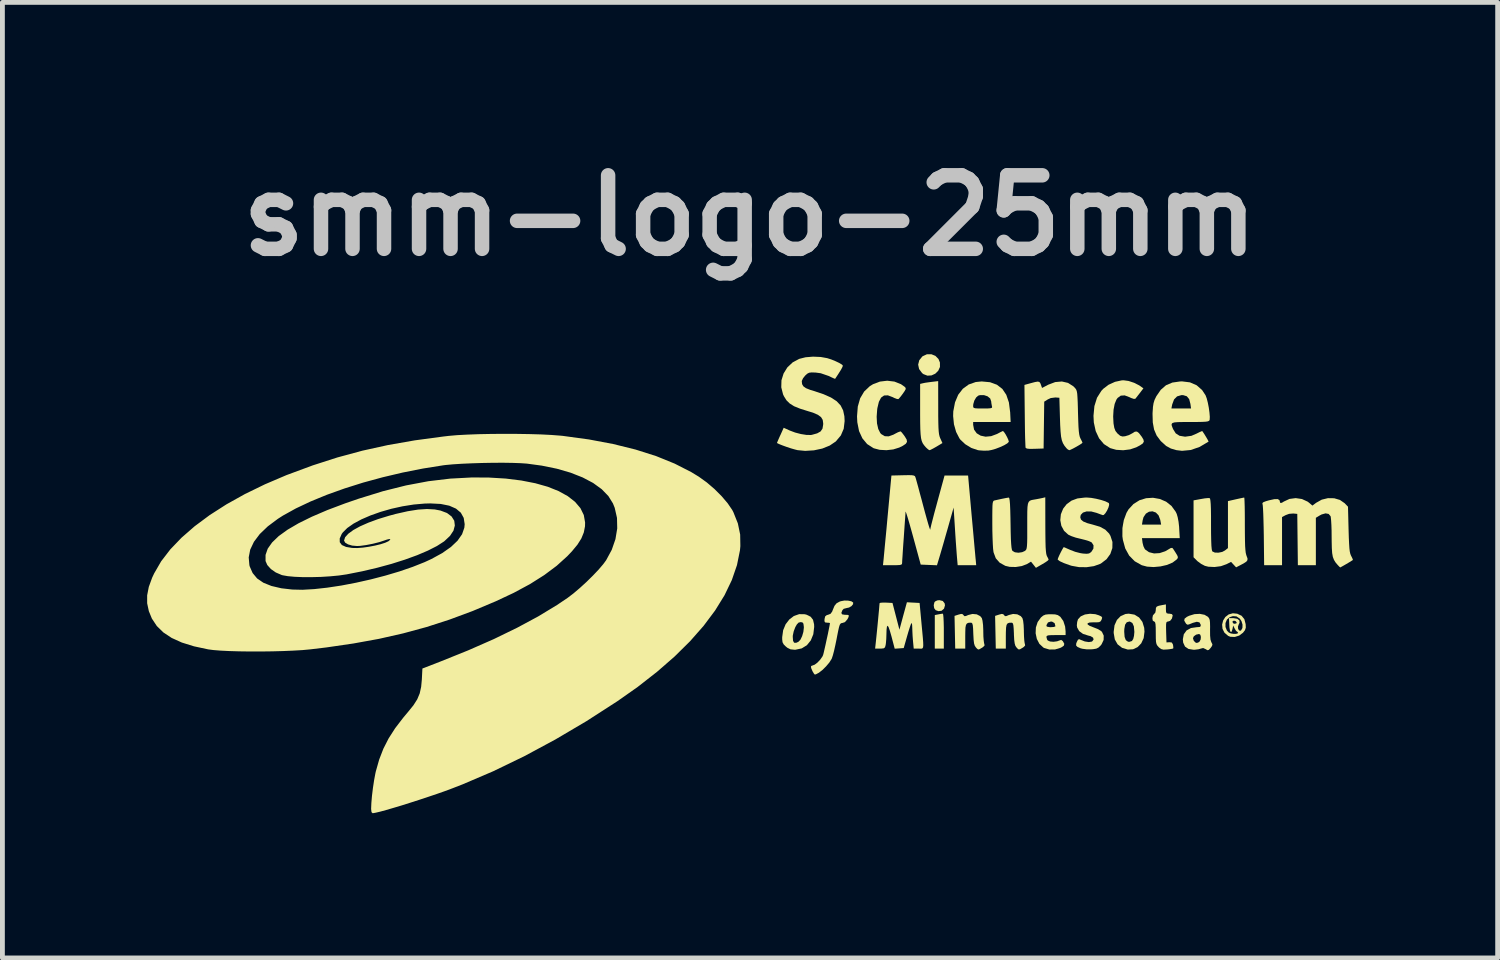
<source format=kicad_pcb>
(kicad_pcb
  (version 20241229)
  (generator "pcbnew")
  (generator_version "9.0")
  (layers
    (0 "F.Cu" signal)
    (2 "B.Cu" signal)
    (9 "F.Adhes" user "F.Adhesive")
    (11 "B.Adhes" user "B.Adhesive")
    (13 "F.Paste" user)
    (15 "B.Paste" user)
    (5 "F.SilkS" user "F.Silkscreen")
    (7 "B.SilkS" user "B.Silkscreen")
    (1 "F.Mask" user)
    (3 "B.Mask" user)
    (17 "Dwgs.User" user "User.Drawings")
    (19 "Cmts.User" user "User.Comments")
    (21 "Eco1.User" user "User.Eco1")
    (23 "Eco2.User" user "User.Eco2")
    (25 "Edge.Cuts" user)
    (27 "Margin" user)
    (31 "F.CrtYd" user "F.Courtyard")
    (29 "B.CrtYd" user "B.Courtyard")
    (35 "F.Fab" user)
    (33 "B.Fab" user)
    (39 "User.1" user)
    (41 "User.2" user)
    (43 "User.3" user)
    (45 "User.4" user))
  (footprint "smm-logo-25mm"
    (layer "F.Cu")
    (at 12.493 9.038)
    (property "Reference" "smm-logo-25mm" (at 0 -7.62 0) (layer "Dwgs.User") (effects (font (size 1.524 1.524) (thickness 0.3))))
    (attr board_only exclude_from_pos_files exclude_from_bom)
    (fp_poly (pts (xy 4.006 0.653) (xy 4.012 0.714) (xy 4.016 0.805) (xy 4.019 0.92) (xy 4.019 0.993) (xy 4.019 1.355) (xy 3.832 1.355) (xy 3.832 0.66) (xy 3.905 0.646) (xy 3.963 0.635) (xy 3.998 0.631) (xy 3.999 0.631)) (stroke (width 0) (type solid)) (fill yes) (layer "F.SilkS"))
    (fp_poly (pts (xy 3.997 0.368) (xy 4.036 0.417) (xy 4.043 0.459) (xy 4.023 0.527) (xy 3.974 0.57) (xy 3.908 0.579) (xy 3.85 0.559) (xy 3.819 0.518) (xy 3.81 0.456) (xy 3.823 0.398) (xy 3.837 0.379) (xy 3.881 0.357) (xy 3.926 0.351)) (stroke (width 0) (type solid)) (fill yes) (layer "F.SilkS"))
    (fp_poly (pts (xy 3.845 -4.712) (xy 3.909 -4.646) (xy 3.938 -4.575) (xy 3.939 -4.482) (xy 3.903 -4.403) (xy 3.842 -4.343) (xy 3.764 -4.307) (xy 3.679 -4.302) (xy 3.596 -4.334) (xy 3.568 -4.356) (xy 3.506 -4.44) (xy 3.487 -4.531) (xy 3.51 -4.621) (xy 3.573 -4.699) (xy 3.583 -4.706) (xy 3.67 -4.746) (xy 3.761 -4.746)) (stroke (width 0) (type solid)) (fill yes) (layer "F.SilkS"))
    (fp_poly (pts (xy 3.903 -3.643) (xy 3.903 -3.465) (xy 3.905 -3.327) (xy 3.908 -3.222) (xy 3.913 -3.145) (xy 3.92 -3.088) (xy 3.93 -3.045) (xy 3.943 -3.008) (xy 3.947 -3.001) (xy 3.99 -2.905) (xy 3.867 -2.831) (xy 3.798 -2.792) (xy 3.745 -2.765) (xy 3.722 -2.757) (xy 3.694 -2.773) (xy 3.651 -2.812) (xy 3.642 -2.822) (xy 3.608 -2.862) (xy 3.581 -2.902) (xy 3.561 -2.949) (xy 3.547 -3.008) (xy 3.538 -3.086) (xy 3.532 -3.19) (xy 3.529 -3.326) (xy 3.528 -3.499) (xy 3.528 -3.574) (xy 3.528 -4.131) (xy 3.582 -4.144) (xy 3.635 -4.155) (xy 3.714 -4.166) (xy 3.769 -4.173) (xy 3.902 -4.189)) (stroke (width 0) (type solid)) (fill yes) (layer "F.SilkS"))
    (fp_poly (pts (xy 7.97 0.651) (xy 8.066 0.71) (xy 8.135 0.802) (xy 8.172 0.923) (xy 8.178 1.005) (xy 8.161 1.138) (xy 8.111 1.246) (xy 8.036 1.324) (xy 7.941 1.369) (xy 7.832 1.375) (xy 7.716 1.34) (xy 7.712 1.338) (xy 7.621 1.267) (xy 7.563 1.165) (xy 7.54 1.032) (xy 7.54 1.008) (xy 7.54 1.005) (xy 7.758 1.005) (xy 7.766 1.113) (xy 7.791 1.18) (xy 7.836 1.212) (xy 7.864 1.215) (xy 7.918 1.198) (xy 7.945 1.155) (xy 7.961 1.091) (xy 7.968 1.013) (xy 7.968 1.005) (xy 7.958 0.894) (xy 7.927 0.824) (xy 7.876 0.795) (xy 7.864 0.794) (xy 7.81 0.81) (xy 7.776 0.86) (xy 7.76 0.949) (xy 7.758 1.005) (xy 7.54 1.005) (xy 7.557 0.872) (xy 7.607 0.761) (xy 7.684 0.682) (xy 7.784 0.638) (xy 7.852 0.631)) (stroke (width 0) (type solid)) (fill yes) (layer "F.SilkS"))
    (fp_poly (pts (xy 1.137 0.643) (xy 1.178 0.654) (xy 1.259 0.695) (xy 1.308 0.758) (xy 1.33 0.852) (xy 1.332 0.906) (xy 1.314 1.058) (xy 1.262 1.185) (xy 1.181 1.285) (xy 1.074 1.351) (xy 0.947 1.378) (xy 0.925 1.379) (xy 0.841 1.37) (xy 0.776 1.338) (xy 0.743 1.311) (xy 0.699 1.267) (xy 0.676 1.223) (xy 0.669 1.163) (xy 0.669 1.115) (xy 0.67 1.111) (xy 0.888 1.111) (xy 0.894 1.193) (xy 0.916 1.233) (xy 0.958 1.235) (xy 1.004 1.215) (xy 1.046 1.172) (xy 1.082 1.098) (xy 1.108 1.009) (xy 1.118 0.921) (xy 1.117 0.898) (xy 1.109 0.838) (xy 1.089 0.812) (xy 1.052 0.806) (xy 1.009 0.816) (xy 0.973 0.854) (xy 0.941 0.91) (xy 0.908 0.996) (xy 0.889 1.085) (xy 0.888 1.111) (xy 0.67 1.111) (xy 0.689 0.974) (xy 0.74 0.851) (xy 0.817 0.751) (xy 0.912 0.679) (xy 1.021 0.641)) (stroke (width 0) (type solid)) (fill yes) (layer "F.SilkS"))
    (fp_poly (pts (xy 4.411 0.643) (xy 4.425 0.66) (xy 4.445 0.682) (xy 4.474 0.681) (xy 4.525 0.659) (xy 4.613 0.637) (xy 4.701 0.645) (xy 4.773 0.682) (xy 4.807 0.724) (xy 4.821 0.778) (xy 4.832 0.866) (xy 4.837 0.977) (xy 4.837 1.005) (xy 4.839 1.105) (xy 4.846 1.19) (xy 4.854 1.246) (xy 4.859 1.261) (xy 4.863 1.292) (xy 4.828 1.326) (xy 4.811 1.337) (xy 4.76 1.367) (xy 4.732 1.374) (xy 4.708 1.357) (xy 4.683 1.33) (xy 4.661 1.297) (xy 4.646 1.249) (xy 4.637 1.176) (xy 4.631 1.068) (xy 4.63 1.049) (xy 4.626 0.943) (xy 4.62 0.875) (xy 4.61 0.837) (xy 4.596 0.821) (xy 4.58 0.818) (xy 4.531 0.82) (xy 4.498 0.834) (xy 4.478 0.865) (xy 4.467 0.922) (xy 4.464 1.013) (xy 4.463 1.101) (xy 4.463 1.355) (xy 4.255 1.355) (xy 4.248 1.016) (xy 4.241 0.677) (xy 4.322 0.651) (xy 4.379 0.636)) (stroke (width 0) (type solid)) (fill yes) (layer "F.SilkS"))
    (fp_poly (pts (xy 5.252 0.643) (xy 5.267 0.66) (xy 5.287 0.682) (xy 5.315 0.681) (xy 5.367 0.659) (xy 5.455 0.637) (xy 5.542 0.645) (xy 5.614 0.682) (xy 5.648 0.724) (xy 5.663 0.778) (xy 5.673 0.866) (xy 5.678 0.977) (xy 5.678 1.005) (xy 5.681 1.105) (xy 5.687 1.19) (xy 5.695 1.246) (xy 5.7 1.261) (xy 5.704 1.292) (xy 5.67 1.326) (xy 5.653 1.337) (xy 5.602 1.367) (xy 5.573 1.374) (xy 5.549 1.357) (xy 5.524 1.33) (xy 5.502 1.297) (xy 5.488 1.249) (xy 5.478 1.176) (xy 5.472 1.068) (xy 5.472 1.049) (xy 5.467 0.943) (xy 5.461 0.875) (xy 5.452 0.837) (xy 5.437 0.821) (xy 5.421 0.818) (xy 5.372 0.82) (xy 5.339 0.834) (xy 5.319 0.865) (xy 5.309 0.922) (xy 5.305 1.013) (xy 5.304 1.101) (xy 5.304 1.355) (xy 5.096 1.355) (xy 5.089 1.016) (xy 5.082 0.677) (xy 5.163 0.651) (xy 5.22 0.636)) (stroke (width 0) (type solid)) (fill yes) (layer "F.SilkS"))
    (fp_poly (pts (xy 8.622 0.535) (xy 8.625 0.596) (xy 8.639 0.623) (xy 8.675 0.631) (xy 8.693 0.631) (xy 8.747 0.641) (xy 8.763 0.667) (xy 8.747 0.732) (xy 8.709 0.78) (xy 8.667 0.794) (xy 8.646 0.798) (xy 8.632 0.813) (xy 8.626 0.849) (xy 8.625 0.914) (xy 8.627 1.011) (xy 8.634 1.227) (xy 8.696 1.223) (xy 8.744 1.229) (xy 8.766 1.266) (xy 8.77 1.281) (xy 8.776 1.33) (xy 8.773 1.353) (xy 8.746 1.36) (xy 8.689 1.369) (xy 8.648 1.373) (xy 8.573 1.377) (xy 8.525 1.365) (xy 8.482 1.334) (xy 8.472 1.324) (xy 8.445 1.294) (xy 8.427 1.261) (xy 8.417 1.216) (xy 8.413 1.147) (xy 8.412 1.044) (xy 8.412 1.029) (xy 8.411 0.92) (xy 8.407 0.85) (xy 8.398 0.811) (xy 8.385 0.796) (xy 8.377 0.794) (xy 8.349 0.774) (xy 8.342 0.724) (xy 8.353 0.666) (xy 8.377 0.639) (xy 8.403 0.608) (xy 8.412 0.56) (xy 8.415 0.512) (xy 8.433 0.484) (xy 8.476 0.467) (xy 8.535 0.455) (xy 8.622 0.439)) (stroke (width 0) (type solid)) (fill yes) (layer "F.SilkS"))
    (fp_poly (pts (xy 7.16 0.642) (xy 7.233 0.665) (xy 7.285 0.69) (xy 7.301 0.714) (xy 7.29 0.751) (xy 7.288 0.757) (xy 7.268 0.79) (xy 7.238 0.807) (xy 7.185 0.811) (xy 7.13 0.81) (xy 7.042 0.814) (xy 6.999 0.83) (xy 7 0.855) (xy 7.046 0.886) (xy 7.127 0.917) (xy 7.206 0.948) (xy 7.27 0.985) (xy 7.296 1.007) (xy 7.333 1.086) (xy 7.331 1.176) (xy 7.29 1.264) (xy 7.271 1.289) (xy 7.226 1.333) (xy 7.18 1.356) (xy 7.114 1.367) (xy 7.066 1.371) (xy 6.976 1.37) (xy 6.893 1.359) (xy 6.854 1.349) (xy 6.789 1.32) (xy 6.761 1.291) (xy 6.763 1.25) (xy 6.776 1.216) (xy 6.8 1.17) (xy 6.825 1.16) (xy 6.854 1.173) (xy 6.941 1.207) (xy 7.024 1.22) (xy 7.086 1.21) (xy 7.095 1.204) (xy 7.124 1.165) (xy 7.111 1.127) (xy 7.061 1.097) (xy 7.009 1.084) (xy 6.903 1.05) (xy 6.825 0.993) (xy 6.782 0.917) (xy 6.776 0.873) (xy 6.783 0.803) (xy 6.8 0.748) (xy 6.801 0.746) (xy 6.857 0.687) (xy 6.944 0.648) (xy 7.049 0.633)) (stroke (width 0) (type solid)) (fill yes) (layer "F.SilkS"))
    (fp_poly (pts (xy 2.995 -4.179) (xy 3.131 -4.125) (xy 3.206 -4.072) (xy 3.227 -4.049) (xy 3.229 -4.023) (xy 3.207 -3.983) (xy 3.172 -3.932) (xy 3.127 -3.872) (xy 3.091 -3.829) (xy 3.077 -3.816) (xy 3.047 -3.819) (xy 2.992 -3.84) (xy 2.958 -3.857) (xy 2.86 -3.894) (xy 2.781 -3.891) (xy 2.719 -3.847) (xy 2.673 -3.76) (xy 2.642 -3.63) (xy 2.638 -3.602) (xy 2.627 -3.451) (xy 2.634 -3.313) (xy 2.66 -3.197) (xy 2.702 -3.113) (xy 2.723 -3.09) (xy 2.796 -3.047) (xy 2.877 -3.044) (xy 2.974 -3.079) (xy 3.007 -3.097) (xy 3.069 -3.129) (xy 3.114 -3.145) (xy 3.128 -3.145) (xy 3.151 -3.12) (xy 3.19 -3.07) (xy 3.212 -3.039) (xy 3.249 -2.977) (xy 3.256 -2.929) (xy 3.23 -2.889) (xy 3.167 -2.847) (xy 3.096 -2.812) (xy 2.971 -2.773) (xy 2.829 -2.757) (xy 2.688 -2.765) (xy 2.567 -2.797) (xy 2.559 -2.801) (xy 2.43 -2.884) (xy 2.331 -3.003) (xy 2.262 -3.153) (xy 2.226 -3.335) (xy 2.22 -3.458) (xy 2.236 -3.662) (xy 2.285 -3.833) (xy 2.368 -3.973) (xy 2.484 -4.083) (xy 2.552 -4.125) (xy 2.695 -4.179) (xy 2.846 -4.197)) (stroke (width 0) (type solid)) (fill yes) (layer "F.SilkS"))
    (fp_poly (pts (xy 6.325 0.646) (xy 6.382 0.661) (xy 6.428 0.692) (xy 6.436 0.699) (xy 6.496 0.784) (xy 6.533 0.898) (xy 6.543 0.999) (xy 6.543 1.075) (xy 6.344 1.075) (xy 6.247 1.076) (xy 6.188 1.08) (xy 6.157 1.09) (xy 6.146 1.107) (xy 6.146 1.117) (xy 6.16 1.169) (xy 6.174 1.187) (xy 6.221 1.208) (xy 6.292 1.214) (xy 6.367 1.204) (xy 6.408 1.189) (xy 6.452 1.175) (xy 6.484 1.199) (xy 6.488 1.205) (xy 6.516 1.256) (xy 6.506 1.295) (xy 6.455 1.33) (xy 6.437 1.339) (xy 6.324 1.373) (xy 6.206 1.374) (xy 6.1 1.343) (xy 6.082 1.333) (xy 6 1.257) (xy 5.947 1.155) (xy 5.922 1.038) (xy 5.927 0.917) (xy 5.936 0.89) (xy 6.146 0.89) (xy 6.166 0.903) (xy 6.218 0.911) (xy 6.239 0.911) (xy 6.298 0.907) (xy 6.33 0.895) (xy 6.332 0.89) (xy 6.315 0.827) (xy 6.264 0.797) (xy 6.239 0.794) (xy 6.178 0.813) (xy 6.148 0.865) (xy 6.146 0.89) (xy 5.936 0.89) (xy 5.964 0.804) (xy 6.032 0.71) (xy 6.08 0.67) (xy 6.129 0.65) (xy 6.198 0.643) (xy 6.239 0.643)) (stroke (width 0) (type solid)) (fill yes) (layer "F.SilkS"))
    (fp_poly (pts (xy 10.249 -1.754) (xy 10.252 -1.691) (xy 10.255 -1.594) (xy 10.257 -1.47) (xy 10.258 -1.325) (xy 10.258 -1.214) (xy 10.259 -1.027) (xy 10.261 -0.881) (xy 10.264 -0.77) (xy 10.27 -0.687) (xy 10.277 -0.627) (xy 10.288 -0.584) (xy 10.294 -0.566) (xy 10.313 -0.515) (xy 10.312 -0.478) (xy 10.288 -0.446) (xy 10.232 -0.41) (xy 10.162 -0.373) (xy 10.077 -0.329) (xy 10.024 -0.386) (xy 9.972 -0.442) (xy 9.877 -0.394) (xy 9.762 -0.353) (xy 9.63 -0.336) (xy 9.502 -0.342) (xy 9.43 -0.36) (xy 9.352 -0.401) (xy 9.277 -0.456) (xy 9.267 -0.466) (xy 9.195 -0.538) (xy 9.195 -1.717) (xy 9.347 -1.745) (xy 9.429 -1.759) (xy 9.495 -1.765) (xy 9.528 -1.764) (xy 9.538 -1.749) (xy 9.545 -1.709) (xy 9.551 -1.64) (xy 9.555 -1.536) (xy 9.557 -1.395) (xy 9.557 -1.22) (xy 9.558 -1.03) (xy 9.561 -0.882) (xy 9.565 -0.775) (xy 9.572 -0.704) (xy 9.581 -0.666) (xy 9.585 -0.659) (xy 9.637 -0.635) (xy 9.712 -0.633) (xy 9.79 -0.649) (xy 9.846 -0.679) (xy 9.908 -0.728) (xy 9.908 -1.702) (xy 10.07 -1.739) (xy 10.152 -1.757) (xy 10.214 -1.77) (xy 10.245 -1.776) (xy 10.245 -1.776)) (stroke (width 0) (type solid)) (fill yes) (layer "F.SilkS"))
    (fp_poly (pts (xy 7.848 -4.192) (xy 7.963 -4.154) (xy 8.068 -4.101) (xy 8.087 -4.088) (xy 8.156 -4.039) (xy 8.081 -3.941) (xy 8.035 -3.882) (xy 8 -3.837) (xy 7.988 -3.823) (xy 7.958 -3.82) (xy 7.901 -3.839) (xy 7.868 -3.855) (xy 7.768 -3.893) (xy 7.687 -3.888) (xy 7.621 -3.84) (xy 7.596 -3.805) (xy 7.56 -3.716) (xy 7.537 -3.596) (xy 7.529 -3.457) (xy 7.536 -3.314) (xy 7.536 -3.313) (xy 7.552 -3.221) (xy 7.576 -3.157) (xy 7.617 -3.105) (xy 7.622 -3.1) (xy 7.674 -3.056) (xy 7.722 -3.041) (xy 7.776 -3.046) (xy 7.855 -3.07) (xy 7.927 -3.108) (xy 7.928 -3.109) (xy 7.98 -3.141) (xy 8.022 -3.143) (xy 8.063 -3.112) (xy 8.115 -3.044) (xy 8.118 -3.041) (xy 8.155 -2.98) (xy 8.165 -2.935) (xy 8.143 -2.897) (xy 8.086 -2.858) (xy 8.008 -2.817) (xy 7.881 -2.774) (xy 7.736 -2.756) (xy 7.592 -2.765) (xy 7.467 -2.8) (xy 7.466 -2.801) (xy 7.337 -2.884) (xy 7.237 -3.003) (xy 7.167 -3.153) (xy 7.128 -3.332) (xy 7.121 -3.469) (xy 7.14 -3.671) (xy 7.194 -3.844) (xy 7.284 -3.987) (xy 7.323 -4.029) (xy 7.433 -4.113) (xy 7.567 -4.174) (xy 7.705 -4.204) (xy 7.746 -4.206)) (stroke (width 0) (type solid)) (fill yes) (layer "F.SilkS"))
    (fp_poly (pts (xy 8.496 -1.746) (xy 8.626 -1.69) (xy 8.738 -1.601) (xy 8.825 -1.481) (xy 8.846 -1.437) (xy 8.866 -1.369) (xy 8.884 -1.273) (xy 8.896 -1.166) (xy 8.897 -1.139) (xy 8.909 -0.935) (xy 8.126 -0.935) (xy 8.138 -0.839) (xy 8.156 -0.767) (xy 8.184 -0.709) (xy 8.191 -0.7) (xy 8.272 -0.643) (xy 8.377 -0.617) (xy 8.492 -0.624) (xy 8.607 -0.662) (xy 8.661 -0.693) (xy 8.718 -0.727) (xy 8.75 -0.733) (xy 8.767 -0.72) (xy 8.822 -0.635) (xy 8.856 -0.579) (xy 8.87 -0.544) (xy 8.867 -0.521) (xy 8.852 -0.499) (xy 8.845 -0.492) (xy 8.761 -0.428) (xy 8.645 -0.379) (xy 8.509 -0.348) (xy 8.367 -0.335) (xy 8.231 -0.344) (xy 8.122 -0.373) (xy 7.976 -0.455) (xy 7.861 -0.572) (xy 7.779 -0.721) (xy 7.73 -0.9) (xy 7.72 -0.973) (xy 7.721 -1.142) (xy 7.733 -1.215) (xy 8.126 -1.215) (xy 8.523 -1.215) (xy 8.505 -1.314) (xy 8.47 -1.406) (xy 8.414 -1.465) (xy 8.344 -1.49) (xy 8.272 -1.482) (xy 8.207 -1.442) (xy 8.158 -1.369) (xy 8.14 -1.303) (xy 8.126 -1.215) (xy 7.733 -1.215) (xy 7.75 -1.309) (xy 7.805 -1.458) (xy 7.847 -1.53) (xy 7.95 -1.642) (xy 8.075 -1.72) (xy 8.212 -1.762) (xy 8.355 -1.771)) (stroke (width 0) (type solid)) (fill yes) (layer "F.SilkS"))
    (fp_poly (pts (xy 3.385 0.402) (xy 3.517 0.409) (xy 3.556 0.83) (xy 3.572 1) (xy 3.584 1.129) (xy 3.591 1.223) (xy 3.593 1.287) (xy 3.589 1.327) (xy 3.578 1.348) (xy 3.56 1.356) (xy 3.534 1.357) (xy 3.5 1.355) (xy 3.497 1.355) (xy 3.395 1.355) (xy 3.38 1.198) (xy 3.372 1.094) (xy 3.367 0.99) (xy 3.365 0.925) (xy 3.362 0.863) (xy 3.354 0.829) (xy 3.347 0.827) (xy 3.334 0.856) (xy 3.312 0.919) (xy 3.284 1.008) (xy 3.259 1.094) (xy 3.188 1.344) (xy 3.095 1.351) (xy 3.001 1.357) (xy 2.933 1.098) (xy 2.899 0.98) (xy 2.873 0.908) (xy 2.854 0.881) (xy 2.84 0.9) (xy 2.832 0.964) (xy 2.829 1.066) (xy 2.826 1.157) (xy 2.819 1.24) (xy 2.813 1.282) (xy 2.8 1.328) (xy 2.775 1.349) (xy 2.724 1.355) (xy 2.696 1.355) (xy 2.595 1.355) (xy 2.606 1.256) (xy 2.612 1.2) (xy 2.621 1.114) (xy 2.632 1.005) (xy 2.644 0.884) (xy 2.656 0.76) (xy 2.667 0.642) (xy 2.677 0.539) (xy 2.683 0.462) (xy 2.687 0.419) (xy 2.687 0.414) (xy 2.708 0.405) (xy 2.763 0.401) (xy 2.821 0.402) (xy 2.955 0.409) (xy 3.027 0.686) (xy 3.099 0.964) (xy 3.176 0.679) (xy 3.254 0.395)) (stroke (width 0) (type solid)) (fill yes) (layer "F.SilkS"))
    (fp_poly (pts (xy 9.422 0.654) (xy 9.493 0.696) (xy 9.516 0.725) (xy 9.53 0.761) (xy 9.536 0.816) (xy 9.538 0.901) (xy 9.537 0.96) (xy 9.538 1.084) (xy 9.546 1.169) (xy 9.563 1.221) (xy 9.566 1.226) (xy 9.586 1.266) (xy 9.578 1.3) (xy 9.549 1.341) (xy 9.513 1.381) (xy 9.485 1.389) (xy 9.448 1.368) (xy 9.447 1.367) (xy 9.394 1.343) (xy 9.349 1.354) (xy 9.298 1.369) (xy 9.224 1.378) (xy 9.195 1.379) (xy 9.09 1.362) (xy 9.018 1.313) (xy 8.98 1.231) (xy 8.973 1.162) (xy 8.977 1.141) (xy 9.183 1.141) (xy 9.2 1.194) (xy 9.239 1.232) (xy 9.265 1.238) (xy 9.303 1.223) (xy 9.319 1.21) (xy 9.342 1.167) (xy 9.347 1.114) (xy 9.336 1.07) (xy 9.31 1.052) (xy 9.248 1.066) (xy 9.2 1.101) (xy 9.183 1.141) (xy 8.977 1.141) (xy 8.993 1.058) (xy 9.05 0.979) (xy 9.141 0.929) (xy 9.263 0.911) (xy 9.268 0.911) (xy 9.323 0.907) (xy 9.343 0.89) (xy 9.343 0.859) (xy 9.318 0.812) (xy 9.263 0.799) (xy 9.178 0.822) (xy 9.157 0.831) (xy 9.098 0.855) (xy 9.066 0.859) (xy 9.043 0.842) (xy 9.032 0.827) (xy 9.002 0.775) (xy 9.009 0.735) (xy 9.055 0.698) (xy 9.105 0.674) (xy 9.214 0.641) (xy 9.324 0.635)) (stroke (width 0) (type solid)) (fill yes) (layer "F.SilkS"))
    (fp_poly (pts (xy 6.593 -4.152) (xy 6.703 -4.082) (xy 6.73 -4.055) (xy 6.75 -4.032) (xy 6.765 -4.008) (xy 6.776 -3.974) (xy 6.784 -3.926) (xy 6.789 -3.855) (xy 6.794 -3.755) (xy 6.798 -3.619) (xy 6.8 -3.532) (xy 6.805 -3.367) (xy 6.81 -3.241) (xy 6.817 -3.148) (xy 6.826 -3.081) (xy 6.837 -3.034) (xy 6.852 -2.999) (xy 6.852 -2.998) (xy 6.879 -2.946) (xy 6.893 -2.914) (xy 6.893 -2.912) (xy 6.875 -2.895) (xy 6.827 -2.864) (xy 6.765 -2.828) (xy 6.701 -2.793) (xy 6.647 -2.767) (xy 6.619 -2.757) (xy 6.588 -2.773) (xy 6.561 -2.798) (xy 6.519 -2.85) (xy 6.488 -2.902) (xy 6.465 -2.963) (xy 6.449 -3.041) (xy 6.439 -3.142) (xy 6.431 -3.276) (xy 6.426 -3.423) (xy 6.414 -3.844) (xy 6.332 -3.85) (xy 6.236 -3.838) (xy 6.175 -3.81) (xy 6.1 -3.763) (xy 6.087 -2.792) (xy 5.906 -2.786) (xy 5.805 -2.784) (xy 5.744 -2.79) (xy 5.716 -2.804) (xy 5.714 -2.809) (xy 5.711 -2.839) (xy 5.708 -2.91) (xy 5.704 -3.015) (xy 5.701 -3.148) (xy 5.699 -3.301) (xy 5.697 -3.47) (xy 5.697 -3.474) (xy 5.69 -4.11) (xy 5.82 -4.146) (xy 5.911 -4.17) (xy 5.967 -4.179) (xy 6 -4.171) (xy 6.02 -4.144) (xy 6.031 -4.115) (xy 6.055 -4.047) (xy 6.185 -4.115) (xy 6.328 -4.169) (xy 6.466 -4.181)) (stroke (width 0) (type solid)) (fill yes) (layer "F.SilkS"))
    (fp_poly (pts (xy 10.1 0.632) (xy 10.191 0.675) (xy 10.248 0.745) (xy 10.275 0.849) (xy 10.278 0.921) (xy 10.261 0.973) (xy 10.22 1.026) (xy 10.142 1.085) (xy 10.049 1.114) (xy 9.957 1.11) (xy 9.913 1.092) (xy 9.836 1.026) (xy 9.795 0.945) (xy 9.792 0.907) (xy 9.857 0.907) (xy 9.887 0.982) (xy 9.925 1.022) (xy 9.969 1.041) (xy 10.026 1.05) (xy 10.081 1.049) (xy 10.114 1.037) (xy 10.118 1.028) (xy 10.103 1.005) (xy 10.098 1.005) (xy 10.075 0.986) (xy 10.048 0.941) (xy 10.048 0.941) (xy 10.016 0.876) (xy 10.003 0.945) (xy 9.986 1.001) (xy 9.968 1.013) (xy 9.951 0.985) (xy 9.939 0.919) (xy 9.936 0.87) (xy 9.933 0.804) (xy 10.001 0.804) (xy 10.021 0.835) (xy 10.05 0.841) (xy 10.085 0.83) (xy 10.089 0.812) (xy 10.064 0.783) (xy 10.028 0.776) (xy 10.003 0.792) (xy 10.001 0.804) (xy 9.933 0.804) (xy 9.929 0.724) (xy 10.023 0.724) (xy 10.1 0.737) (xy 10.144 0.77) (xy 10.149 0.819) (xy 10.131 0.854) (xy 10.115 0.9) (xy 10.119 0.946) (xy 10.139 0.979) (xy 10.168 0.985) (xy 10.18 0.978) (xy 10.208 0.928) (xy 10.21 0.858) (xy 10.188 0.785) (xy 10.154 0.735) (xy 10.086 0.688) (xy 10.011 0.682) (xy 9.945 0.704) (xy 9.887 0.753) (xy 9.857 0.826) (xy 9.857 0.907) (xy 9.792 0.907) (xy 9.787 0.858) (xy 9.808 0.773) (xy 9.854 0.7) (xy 9.923 0.647) (xy 10.01 0.623)) (stroke (width 0) (type solid)) (fill yes) (layer "F.SilkS"))
    (fp_poly (pts (xy 2.037 0.361) (xy 2.103 0.375) (xy 2.14 0.4) (xy 2.138 0.435) (xy 2.106 0.474) (xy 2.055 0.504) (xy 2.007 0.514) (xy 1.943 0.531) (xy 1.917 0.559) (xy 1.895 0.616) (xy 1.91 0.645) (xy 1.964 0.654) (xy 1.975 0.654) (xy 2.032 0.657) (xy 2.052 0.671) (xy 2.041 0.708) (xy 2.021 0.747) (xy 1.97 0.806) (xy 1.923 0.822) (xy 1.897 0.827) (xy 1.878 0.838) (xy 1.862 0.863) (xy 1.847 0.91) (xy 1.83 0.985) (xy 1.808 1.096) (xy 1.796 1.16) (xy 1.77 1.285) (xy 1.744 1.401) (xy 1.719 1.496) (xy 1.698 1.558) (xy 1.694 1.568) (xy 1.645 1.645) (xy 1.578 1.724) (xy 1.503 1.798) (xy 1.43 1.855) (xy 1.368 1.888) (xy 1.345 1.893) (xy 1.327 1.874) (xy 1.3 1.829) (xy 1.297 1.824) (xy 1.268 1.755) (xy 1.267 1.717) (xy 1.296 1.706) (xy 1.296 1.706) (xy 1.343 1.688) (xy 1.402 1.643) (xy 1.459 1.582) (xy 1.503 1.519) (xy 1.517 1.488) (xy 1.528 1.447) (xy 1.545 1.373) (xy 1.567 1.277) (xy 1.59 1.17) (xy 1.614 1.061) (xy 1.634 0.962) (xy 1.65 0.883) (xy 1.658 0.835) (xy 1.659 0.826) (xy 1.639 0.82) (xy 1.599 0.818) (xy 1.558 0.812) (xy 1.545 0.787) (xy 1.547 0.742) (xy 1.56 0.687) (xy 1.593 0.661) (xy 1.62 0.654) (xy 1.671 0.634) (xy 1.705 0.587) (xy 1.717 0.555) (xy 1.753 0.469) (xy 1.796 0.416) (xy 1.86 0.381) (xy 1.884 0.373) (xy 1.958 0.359)) (stroke (width 0) (type solid)) (fill yes) (layer "F.SilkS"))
    (fp_poly (pts (xy 4.977 -4.166) (xy 5.119 -4.114) (xy 5.232 -4.027) (xy 5.314 -3.905) (xy 5.368 -3.746) (xy 5.393 -3.55) (xy 5.394 -3.546) (xy 5.404 -3.341) (xy 4.627 -3.341) (xy 4.627 -3.282) (xy 4.646 -3.183) (xy 4.701 -3.107) (xy 4.783 -3.058) (xy 4.885 -3.037) (xy 5 -3.048) (xy 5.121 -3.093) (xy 5.127 -3.096) (xy 5.189 -3.129) (xy 5.233 -3.15) (xy 5.244 -3.155) (xy 5.266 -3.135) (xy 5.298 -3.088) (xy 5.33 -3.029) (xy 5.356 -2.972) (xy 5.366 -2.934) (xy 5.365 -2.929) (xy 5.334 -2.898) (xy 5.27 -2.86) (xy 5.185 -2.821) (xy 5.091 -2.785) (xy 5.001 -2.76) (xy 4.942 -2.749) (xy 4.847 -2.747) (xy 4.749 -2.754) (xy 4.721 -2.759) (xy 4.589 -2.804) (xy 4.463 -2.881) (xy 4.362 -2.976) (xy 4.342 -3.003) (xy 4.274 -3.135) (xy 4.229 -3.294) (xy 4.212 -3.464) (xy 4.215 -3.561) (xy 4.238 -3.681) (xy 4.627 -3.681) (xy 4.628 -3.653) (xy 4.639 -3.635) (xy 4.669 -3.626) (xy 4.727 -3.622) (xy 4.821 -3.622) (xy 4.828 -3.622) (xy 4.925 -3.622) (xy 4.983 -3.626) (xy 5.012 -3.634) (xy 5.02 -3.649) (xy 5.015 -3.674) (xy 5.004 -3.735) (xy 5.001 -3.768) (xy 4.98 -3.829) (xy 4.925 -3.874) (xy 4.85 -3.899) (xy 4.767 -3.898) (xy 4.733 -3.888) (xy 4.69 -3.851) (xy 4.652 -3.787) (xy 4.63 -3.713) (xy 4.627 -3.681) (xy 4.238 -3.681) (xy 4.251 -3.749) (xy 4.317 -3.906) (xy 4.413 -4.03) (xy 4.535 -4.119) (xy 4.681 -4.17) (xy 4.804 -4.182)) (stroke (width 0) (type solid)) (fill yes) (layer "F.SilkS"))
    (fp_poly (pts (xy 9.121 -4.163) (xy 9.259 -4.103) (xy 9.372 -4.004) (xy 9.444 -3.895) (xy 9.468 -3.831) (xy 9.491 -3.741) (xy 9.511 -3.638) (xy 9.525 -3.536) (xy 9.532 -3.448) (xy 9.529 -3.389) (xy 9.527 -3.38) (xy 9.516 -3.366) (xy 9.492 -3.355) (xy 9.449 -3.348) (xy 9.38 -3.344) (xy 9.277 -3.342) (xy 9.135 -3.341) (xy 9.126 -3.341) (xy 8.977 -3.341) (xy 8.869 -3.339) (xy 8.798 -3.333) (xy 8.757 -3.32) (xy 8.74 -3.298) (xy 8.743 -3.266) (xy 8.76 -3.22) (xy 8.772 -3.192) (xy 8.826 -3.106) (xy 8.904 -3.056) (xy 9.013 -3.038) (xy 9.028 -3.038) (xy 9.151 -3.055) (xy 9.256 -3.1) (xy 9.32 -3.132) (xy 9.364 -3.151) (xy 9.377 -3.152) (xy 9.417 -3.093) (xy 9.456 -3.029) (xy 9.488 -2.974) (xy 9.505 -2.94) (xy 9.506 -2.935) (xy 9.321 -2.825) (xy 9.137 -2.761) (xy 8.956 -2.744) (xy 8.84 -2.758) (xy 8.724 -2.792) (xy 8.626 -2.846) (xy 8.531 -2.932) (xy 8.511 -2.952) (xy 8.43 -3.061) (xy 8.377 -3.185) (xy 8.35 -3.332) (xy 8.345 -3.511) (xy 8.346 -3.538) (xy 8.352 -3.622) (xy 8.736 -3.622) (xy 9.143 -3.622) (xy 9.13 -3.717) (xy 9.104 -3.816) (xy 9.055 -3.875) (xy 8.98 -3.898) (xy 8.941 -3.898) (xy 8.853 -3.872) (xy 8.791 -3.809) (xy 8.753 -3.707) (xy 8.751 -3.698) (xy 8.736 -3.622) (xy 8.352 -3.622) (xy 8.353 -3.65) (xy 8.366 -3.732) (xy 8.387 -3.8) (xy 8.421 -3.87) (xy 8.424 -3.876) (xy 8.516 -4.009) (xy 8.624 -4.103) (xy 8.756 -4.159) (xy 8.918 -4.182) (xy 8.959 -4.183)) (stroke (width 0) (type solid)) (fill yes) (layer "F.SilkS"))
    (fp_poly (pts (xy 11.442 -1.745) (xy 11.559 -1.691) (xy 11.588 -1.669) (xy 11.659 -1.609) (xy 11.736 -1.667) (xy 11.852 -1.732) (xy 11.98 -1.763) (xy 12.11 -1.761) (xy 12.229 -1.726) (xy 12.326 -1.659) (xy 12.329 -1.656) (xy 12.396 -1.586) (xy 12.408 -1.114) (xy 12.413 -0.947) (xy 12.419 -0.82) (xy 12.425 -0.726) (xy 12.433 -0.658) (xy 12.444 -0.609) (xy 12.458 -0.573) (xy 12.463 -0.564) (xy 12.488 -0.513) (xy 12.498 -0.483) (xy 12.497 -0.481) (xy 12.467 -0.462) (xy 12.414 -0.429) (xy 12.351 -0.392) (xy 12.292 -0.358) (xy 12.249 -0.334) (xy 12.236 -0.327) (xy 12.217 -0.342) (xy 12.182 -0.379) (xy 12.181 -0.38) (xy 12.137 -0.432) (xy 12.105 -0.485) (xy 12.082 -0.546) (xy 12.068 -0.624) (xy 12.061 -0.727) (xy 12.058 -0.863) (xy 12.057 -0.955) (xy 12.056 -1.087) (xy 12.052 -1.207) (xy 12.046 -1.304) (xy 12.039 -1.37) (xy 12.035 -1.389) (xy 11.995 -1.436) (xy 11.931 -1.448) (xy 11.849 -1.425) (xy 11.806 -1.402) (xy 11.73 -1.356) (xy 11.73 -0.374) (xy 11.357 -0.374) (xy 11.351 -0.905) (xy 11.345 -1.437) (xy 11.263 -1.445) (xy 11.176 -1.438) (xy 11.105 -1.412) (xy 11.029 -1.371) (xy 11.029 -0.374) (xy 10.658 -0.374) (xy 10.651 -0.987) (xy 10.648 -1.154) (xy 10.644 -1.306) (xy 10.64 -1.437) (xy 10.635 -1.541) (xy 10.63 -1.61) (xy 10.625 -1.639) (xy 10.622 -1.661) (xy 10.644 -1.68) (xy 10.699 -1.701) (xy 10.758 -1.718) (xy 10.867 -1.742) (xy 10.938 -1.744) (xy 10.975 -1.723) (xy 10.983 -1.695) (xy 10.992 -1.664) (xy 11.025 -1.667) (xy 11.067 -1.693) (xy 11.183 -1.747) (xy 11.312 -1.764)) (stroke (width 0) (type solid)) (fill yes) (layer "F.SilkS"))
    (fp_poly (pts (xy 6.123 -1.2) (xy 6.124 -1.01) (xy 6.126 -0.86) (xy 6.129 -0.747) (xy 6.135 -0.665) (xy 6.142 -0.609) (xy 6.152 -0.572) (xy 6.157 -0.561) (xy 6.182 -0.513) (xy 6.191 -0.487) (xy 6.173 -0.468) (xy 6.125 -0.434) (xy 6.06 -0.395) (xy 5.928 -0.319) (xy 5.877 -0.383) (xy 5.826 -0.447) (xy 5.741 -0.396) (xy 5.636 -0.356) (xy 5.51 -0.336) (xy 5.384 -0.339) (xy 5.294 -0.36) (xy 5.177 -0.425) (xy 5.096 -0.517) (xy 5.05 -0.64) (xy 5.048 -0.652) (xy 5.04 -0.715) (xy 5.034 -0.815) (xy 5.029 -0.942) (xy 5.025 -1.086) (xy 5.024 -1.239) (xy 5.024 -1.241) (xy 5.024 -1.399) (xy 5.025 -1.517) (xy 5.027 -1.6) (xy 5.031 -1.655) (xy 5.039 -1.688) (xy 5.049 -1.706) (xy 5.064 -1.714) (xy 5.076 -1.717) (xy 5.217 -1.748) (xy 5.312 -1.767) (xy 5.363 -1.775) (xy 5.367 -1.775) (xy 5.376 -1.761) (xy 5.384 -1.715) (xy 5.391 -1.634) (xy 5.396 -1.514) (xy 5.4 -1.353) (xy 5.402 -1.242) (xy 5.405 -1.058) (xy 5.409 -0.916) (xy 5.415 -0.811) (xy 5.422 -0.738) (xy 5.431 -0.692) (xy 5.442 -0.67) (xy 5.492 -0.641) (xy 5.565 -0.632) (xy 5.642 -0.643) (xy 5.696 -0.667) (xy 5.714 -0.681) (xy 5.727 -0.698) (xy 5.736 -0.726) (xy 5.742 -0.77) (xy 5.746 -0.838) (xy 5.748 -0.934) (xy 5.748 -1.066) (xy 5.748 -1.192) (xy 5.748 -1.36) (xy 5.749 -1.487) (xy 5.753 -1.58) (xy 5.762 -1.644) (xy 5.778 -1.685) (xy 5.803 -1.71) (xy 5.839 -1.724) (xy 5.887 -1.733) (xy 5.924 -1.739) (xy 5.998 -1.753) (xy 6.061 -1.766) (xy 6.07 -1.768) (xy 6.122 -1.781)) (stroke (width 0) (type solid)) (fill yes) (layer "F.SilkS"))
    (fp_poly (pts (xy 7.073 -1.769) (xy 7.175 -1.751) (xy 7.278 -1.726) (xy 7.367 -1.697) (xy 7.429 -1.667) (xy 7.441 -1.658) (xy 7.446 -1.624) (xy 7.431 -1.569) (xy 7.403 -1.507) (xy 7.368 -1.451) (xy 7.334 -1.415) (xy 7.315 -1.411) (xy 7.271 -1.426) (xy 7.206 -1.45) (xy 7.185 -1.458) (xy 7.075 -1.487) (xy 6.978 -1.488) (xy 6.903 -1.464) (xy 6.857 -1.416) (xy 6.847 -1.366) (xy 6.862 -1.319) (xy 6.91 -1.279) (xy 6.996 -1.244) (xy 7.108 -1.214) (xy 7.256 -1.17) (xy 7.366 -1.11) (xy 7.445 -1.029) (xy 7.473 -0.981) (xy 7.514 -0.855) (xy 7.512 -0.728) (xy 7.47 -0.606) (xy 7.391 -0.497) (xy 7.277 -0.41) (xy 7.256 -0.399) (xy 7.129 -0.354) (xy 6.978 -0.332) (xy 6.819 -0.334) (xy 6.669 -0.361) (xy 6.636 -0.371) (xy 6.508 -0.417) (xy 6.423 -0.456) (xy 6.383 -0.486) (xy 6.379 -0.495) (xy 6.389 -0.525) (xy 6.412 -0.578) (xy 6.443 -0.641) (xy 6.474 -0.7) (xy 6.497 -0.739) (xy 6.505 -0.748) (xy 6.529 -0.739) (xy 6.583 -0.715) (xy 6.645 -0.688) (xy 6.742 -0.651) (xy 6.847 -0.624) (xy 6.902 -0.615) (xy 6.98 -0.61) (xy 7.03 -0.617) (xy 7.067 -0.642) (xy 7.077 -0.651) (xy 7.119 -0.717) (xy 7.122 -0.785) (xy 7.087 -0.841) (xy 7.074 -0.851) (xy 7.026 -0.873) (xy 6.947 -0.897) (xy 6.856 -0.92) (xy 6.851 -0.921) (xy 6.753 -0.945) (xy 6.663 -0.976) (xy 6.599 -1.006) (xy 6.511 -1.086) (xy 6.455 -1.19) (xy 6.433 -1.307) (xy 6.445 -1.429) (xy 6.492 -1.545) (xy 6.564 -1.637) (xy 6.666 -1.712) (xy 6.788 -1.757) (xy 6.939 -1.775) (xy 6.984 -1.776)) (stroke (width 0) (type solid)) (fill yes) (layer "F.SilkS"))
    (fp_poly (pts (xy 3.354 -2.239) (xy 3.396 -2.232) (xy 3.419 -2.22) (xy 3.428 -2.203) (xy 3.439 -2.17) (xy 3.459 -2.098) (xy 3.488 -1.994) (xy 3.522 -1.865) (xy 3.562 -1.719) (xy 3.59 -1.612) (xy 3.63 -1.463) (xy 3.666 -1.333) (xy 3.696 -1.228) (xy 3.719 -1.153) (xy 3.734 -1.113) (xy 3.737 -1.11) (xy 3.744 -1.145) (xy 3.761 -1.218) (xy 3.788 -1.323) (xy 3.821 -1.451) (xy 3.861 -1.597) (xy 3.887 -1.694) (xy 4.034 -2.232) (xy 4.522 -2.232) (xy 4.595 -1.414) (xy 4.613 -1.218) (xy 4.63 -1.032) (xy 4.645 -0.864) (xy 4.658 -0.718) (xy 4.669 -0.601) (xy 4.676 -0.52) (xy 4.68 -0.485) (xy 4.69 -0.374) (xy 4.306 -0.374) (xy 4.292 -0.532) (xy 4.286 -0.607) (xy 4.278 -0.718) (xy 4.268 -0.853) (xy 4.258 -1.002) (xy 4.25 -1.129) (xy 4.222 -1.568) (xy 4.098 -1.129) (xy 4.055 -0.98) (xy 4.014 -0.835) (xy 3.976 -0.704) (xy 3.945 -0.598) (xy 3.925 -0.531) (xy 3.877 -0.372) (xy 3.709 -0.379) (xy 3.54 -0.386) (xy 3.384 -0.958) (xy 3.342 -1.11) (xy 3.304 -1.244) (xy 3.272 -1.353) (xy 3.247 -1.433) (xy 3.231 -1.478) (xy 3.226 -1.484) (xy 3.224 -1.447) (xy 3.219 -1.371) (xy 3.211 -1.265) (xy 3.202 -1.135) (xy 3.192 -0.99) (xy 3.19 -0.958) (xy 3.179 -0.81) (xy 3.17 -0.676) (xy 3.163 -0.562) (xy 3.157 -0.478) (xy 3.155 -0.431) (xy 3.155 -0.426) (xy 3.152 -0.401) (xy 3.138 -0.385) (xy 3.103 -0.377) (xy 3.039 -0.374) (xy 2.956 -0.374) (xy 2.758 -0.374) (xy 2.772 -0.508) (xy 2.777 -0.564) (xy 2.786 -0.659) (xy 2.798 -0.788) (xy 2.813 -0.943) (xy 2.83 -1.119) (xy 2.847 -1.308) (xy 2.859 -1.437) (xy 2.933 -2.232) (xy 3.173 -2.238) (xy 3.282 -2.24)) (stroke (width 0) (type solid)) (fill yes) (layer "F.SilkS"))
    (fp_poly (pts (xy 1.468 -4.689) (xy 1.601 -4.665) (xy 1.686 -4.638) (xy 1.774 -4.602) (xy 1.852 -4.565) (xy 1.908 -4.531) (xy 1.925 -4.514) (xy 1.92 -4.486) (xy 1.888 -4.425) (xy 1.828 -4.33) (xy 1.766 -4.236) (xy 1.745 -4.243) (xy 1.694 -4.266) (xy 1.637 -4.294) (xy 1.468 -4.352) (xy 1.364 -4.366) (xy 1.281 -4.369) (xy 1.228 -4.363) (xy 1.189 -4.343) (xy 1.147 -4.305) (xy 1.146 -4.304) (xy 1.101 -4.248) (xy 1.077 -4.196) (xy 1.075 -4.183) (xy 1.082 -4.125) (xy 1.109 -4.08) (xy 1.163 -4.042) (xy 1.251 -4.007) (xy 1.327 -3.984) (xy 1.525 -3.918) (xy 1.68 -3.849) (xy 1.797 -3.773) (xy 1.88 -3.685) (xy 1.932 -3.582) (xy 1.958 -3.46) (xy 1.963 -3.361) (xy 1.944 -3.201) (xy 1.885 -3.063) (xy 1.783 -2.942) (xy 1.778 -2.937) (xy 1.654 -2.853) (xy 1.5 -2.791) (xy 1.326 -2.754) (xy 1.145 -2.743) (xy 0.988 -2.758) (xy 0.928 -2.773) (xy 0.848 -2.796) (xy 0.761 -2.825) (xy 0.678 -2.855) (xy 0.61 -2.882) (xy 0.568 -2.902) (xy 0.561 -2.908) (xy 0.57 -2.931) (xy 0.593 -2.985) (xy 0.626 -3.059) (xy 0.631 -3.068) (xy 0.7 -3.222) (xy 0.828 -3.164) (xy 0.937 -3.123) (xy 1.056 -3.092) (xy 1.169 -3.074) (xy 1.261 -3.072) (xy 1.283 -3.075) (xy 1.394 -3.106) (xy 1.465 -3.146) (xy 1.504 -3.203) (xy 1.518 -3.284) (xy 1.519 -3.313) (xy 1.509 -3.385) (xy 1.474 -3.443) (xy 1.408 -3.491) (xy 1.307 -3.535) (xy 1.201 -3.567) (xy 1.039 -3.618) (xy 0.916 -3.668) (xy 0.825 -3.725) (xy 0.757 -3.792) (xy 0.706 -3.874) (xy 0.687 -3.914) (xy 0.65 -4.06) (xy 0.654 -4.207) (xy 0.698 -4.347) (xy 0.776 -4.473) (xy 0.886 -4.577) (xy 1.022 -4.65) (xy 1.153 -4.683) (xy 1.308 -4.696)) (stroke (width 0) (type solid)) (fill yes) (layer "F.SilkS"))
    (fp_poly (pts (xy -4.834 -3.095) (xy -4.575 -3.091) (xy -4.332 -3.084) (xy -4.116 -3.073) (xy -3.933 -3.059) (xy -3.879 -3.054) (xy -3.337 -2.98) (xy -2.833 -2.885) (xy -2.369 -2.77) (xy -1.944 -2.635) (xy -1.56 -2.479) (xy -1.217 -2.304) (xy -1.058 -2.207) (xy -0.894 -2.089) (xy -0.734 -1.952) (xy -0.588 -1.806) (xy -0.462 -1.658) (xy -0.367 -1.519) (xy -0.342 -1.471) (xy -0.25 -1.24) (xy -0.202 -1.009) (xy -0.198 -0.769) (xy -0.206 -0.683) (xy -0.268 -0.376) (xy -0.375 -0.065) (xy -0.526 0.249) (xy -0.722 0.566) (xy -0.96 0.884) (xy -1.241 1.203) (xy -1.563 1.521) (xy -1.926 1.837) (xy -2.328 2.151) (xy -2.746 2.445) (xy -3.388 2.859) (xy -4.034 3.24) (xy -4.681 3.588) (xy -5.322 3.898) (xy -5.953 4.168) (xy -6.169 4.252) (xy -6.319 4.308) (xy -6.487 4.367) (xy -6.668 4.428) (xy -6.855 4.49) (xy -7.042 4.55) (xy -7.222 4.607) (xy -7.39 4.657) (xy -7.54 4.701) (xy -7.665 4.735) (xy -7.759 4.757) (xy -7.816 4.767) (xy -7.82 4.767) (xy -7.843 4.745) (xy -7.851 4.679) (xy -7.851 4.676) (xy -7.846 4.555) (xy -7.833 4.404) (xy -7.813 4.241) (xy -7.789 4.082) (xy -7.763 3.943) (xy -7.754 3.902) (xy -7.684 3.655) (xy -7.597 3.43) (xy -7.488 3.216) (xy -7.352 3.004) (xy -7.183 2.784) (xy -7.085 2.667) (xy -6.974 2.53) (xy -6.895 2.406) (xy -6.844 2.284) (xy -6.814 2.148) (xy -6.8 2) (xy -6.788 1.768) (xy -6.414 1.623) (xy -5.838 1.391) (xy -5.308 1.158) (xy -4.825 0.923) (xy -4.388 0.688) (xy -3.999 0.452) (xy -3.779 0.304) (xy -3.658 0.212) (xy -3.525 0.099) (xy -3.388 -0.026) (xy -3.256 -0.156) (xy -3.137 -0.281) (xy -3.04 -0.395) (xy -2.981 -0.475) (xy -2.864 -0.691) (xy -2.787 -0.913) (xy -2.75 -1.136) (xy -2.755 -1.354) (xy -2.802 -1.562) (xy -2.839 -1.654) (xy -2.934 -1.807) (xy -3.072 -1.949) (xy -3.25 -2.078) (xy -3.466 -2.192) (xy -3.717 -2.291) (xy -4 -2.373) (xy -4.313 -2.437) (xy -4.622 -2.479) (xy -4.754 -2.488) (xy -4.922 -2.494) (xy -5.117 -2.497) (xy -5.33 -2.496) (xy -5.55 -2.492) (xy -5.768 -2.485) (xy -5.973 -2.476) (xy -6.157 -2.464) (xy -6.309 -2.45) (xy -6.356 -2.444) (xy -6.776 -2.377) (xy -7.196 -2.294) (xy -7.611 -2.196) (xy -8.015 -2.086) (xy -8.402 -1.964) (xy -8.768 -1.833) (xy -9.106 -1.694) (xy -9.411 -1.55) (xy -9.678 -1.402) (xy -9.783 -1.335) (xy -9.993 -1.178) (xy -10.159 -1.019) (xy -10.28 -0.858) (xy -10.357 -0.696) (xy -10.388 -0.535) (xy -10.374 -0.374) (xy -10.366 -0.345) (xy -10.307 -0.211) (xy -10.214 -0.099) (xy -10.084 -0.01) (xy -9.917 0.057) (xy -9.711 0.105) (xy -9.485 0.131) (xy -9.275 0.136) (xy -9.031 0.122) (xy -8.759 0.092) (xy -8.468 0.048) (xy -8.165 -0.01) (xy -7.858 -0.079) (xy -7.555 -0.158) (xy -7.262 -0.245) (xy -6.989 -0.339) (xy -6.742 -0.437) (xy -6.601 -0.502) (xy -6.378 -0.624) (xy -6.197 -0.751) (xy -6.06 -0.881) (xy -5.966 -1.015) (xy -5.919 -1.15) (xy -5.912 -1.223) (xy -5.932 -1.354) (xy -5.992 -1.462) (xy -6.092 -1.546) (xy -6.231 -1.607) (xy -6.409 -1.643) (xy -6.625 -1.654) (xy -6.741 -1.651) (xy -6.969 -1.631) (xy -7.201 -1.594) (xy -7.431 -1.543) (xy -7.654 -1.479) (xy -7.863 -1.405) (xy -8.053 -1.323) (xy -8.216 -1.235) (xy -8.346 -1.144) (xy -8.438 -1.052) (xy -8.46 -1.022) (xy -8.502 -0.927) (xy -8.501 -0.85) (xy -8.457 -0.791) (xy -8.37 -0.752) (xy -8.243 -0.731) (xy -8.14 -0.729) (xy -8.021 -0.738) (xy -7.895 -0.756) (xy -7.77 -0.78) (xy -7.655 -0.808) (xy -7.559 -0.839) (xy -7.49 -0.871) (xy -7.456 -0.901) (xy -7.454 -0.91) (xy -7.474 -0.916) (xy -7.525 -0.904) (xy -7.568 -0.889) (xy -7.68 -0.852) (xy -7.815 -0.818) (xy -7.954 -0.791) (xy -8.079 -0.774) (xy -8.143 -0.771) (xy -8.244 -0.78) (xy -8.329 -0.805) (xy -8.389 -0.841) (xy -8.412 -0.883) (xy -8.412 -0.885) (xy -8.39 -0.953) (xy -8.324 -1.026) (xy -8.22 -1.102) (xy -8.08 -1.179) (xy -7.908 -1.255) (xy -7.707 -1.329) (xy -7.481 -1.398) (xy -7.341 -1.436) (xy -7.092 -1.492) (xy -6.878 -1.526) (xy -6.694 -1.538) (xy -6.532 -1.529) (xy -6.413 -1.506) (xy -6.278 -1.455) (xy -6.183 -1.383) (xy -6.128 -1.295) (xy -6.116 -1.196) (xy -6.144 -1.09) (xy -6.216 -0.981) (xy -6.33 -0.874) (xy -6.341 -0.865) (xy -6.487 -0.771) (xy -6.674 -0.676) (xy -6.897 -0.581) (xy -7.15 -0.489) (xy -7.428 -0.401) (xy -7.726 -0.32) (xy -8.037 -0.247) (xy -8.356 -0.184) (xy -8.361 -0.183) (xy -8.519 -0.16) (xy -8.698 -0.143) (xy -8.888 -0.131) (xy -9.08 -0.126) (xy -9.265 -0.126) (xy -9.434 -0.133) (xy -9.577 -0.146) (xy -9.685 -0.165) (xy -9.704 -0.17) (xy -9.827 -0.223) (xy -9.929 -0.294) (xy -10.003 -0.377) (xy -10.039 -0.46) (xy -10.039 -0.587) (xy -9.994 -0.716) (xy -9.903 -0.845) (xy -9.766 -0.977) (xy -9.583 -1.109) (xy -9.354 -1.243) (xy -9.078 -1.379) (xy -8.756 -1.517) (xy -8.387 -1.656) (xy -8.108 -1.752) (xy -7.606 -1.907) (xy -7.127 -2.027) (xy -6.665 -2.114) (xy -6.212 -2.168) (xy -5.762 -2.192) (xy -5.409 -2.19) (xy -5.06 -2.169) (xy -4.738 -2.129) (xy -4.447 -2.072) (xy -4.189 -1.999) (xy -3.964 -1.909) (xy -3.776 -1.805) (xy -3.625 -1.687) (xy -3.513 -1.556) (xy -3.443 -1.413) (xy -3.416 -1.259) (xy -3.418 -1.179) (xy -3.443 -1.052) (xy -3.494 -0.927) (xy -3.575 -0.799) (xy -3.689 -0.661) (xy -3.785 -0.56) (xy -4.005 -0.361) (xy -4.262 -0.169) (xy -4.558 0.018) (xy -4.896 0.2) (xy -5.269 0.375) (xy -5.749 0.577) (xy -6.223 0.753) (xy -6.699 0.907) (xy -7.185 1.039) (xy -7.688 1.153) (xy -8.217 1.249) (xy -8.778 1.331) (xy -9.113 1.371) (xy -9.274 1.386) (xy -9.464 1.397) (xy -9.675 1.406) (xy -9.901 1.412) (xy -10.133 1.415) (xy -10.364 1.415) (xy -10.586 1.412) (xy -10.791 1.406) (xy -10.973 1.397) (xy -11.122 1.385) (xy -11.228 1.371) (xy -11.522 1.308) (xy -11.773 1.23) (xy -11.985 1.134) (xy -12.157 1.02) (xy -12.293 0.887) (xy -12.395 0.733) (xy -12.458 0.579) (xy -12.493 0.416) (xy -12.493 0.251) (xy -12.459 0.076) (xy -12.389 -0.116) (xy -12.347 -0.205) (xy -12.203 -0.454) (xy -12.013 -0.701) (xy -11.781 -0.943) (xy -11.508 -1.181) (xy -11.197 -1.412) (xy -10.849 -1.635) (xy -10.467 -1.848) (xy -10.052 -2.05) (xy -9.607 -2.24) (xy -9.58 -2.25) (xy -9.062 -2.442) (xy -8.549 -2.607) (xy -8.032 -2.747) (xy -7.5 -2.864) (xy -6.946 -2.961) (xy -6.358 -3.04) (xy -6.239 -3.054) (xy -6.067 -3.069) (xy -5.859 -3.08) (xy -5.622 -3.089) (xy -5.366 -3.094) (xy -5.101 -3.096)) (stroke (width 0) (type solid)) (fill yes) (layer "F.SilkS")))
  (gr_rect
    (start -3 -3)
    (end 27.991 16.805)
    (stroke (width 0.1) (type default))
    (fill no)
    (layer "Edge.Cuts")))
</source>
